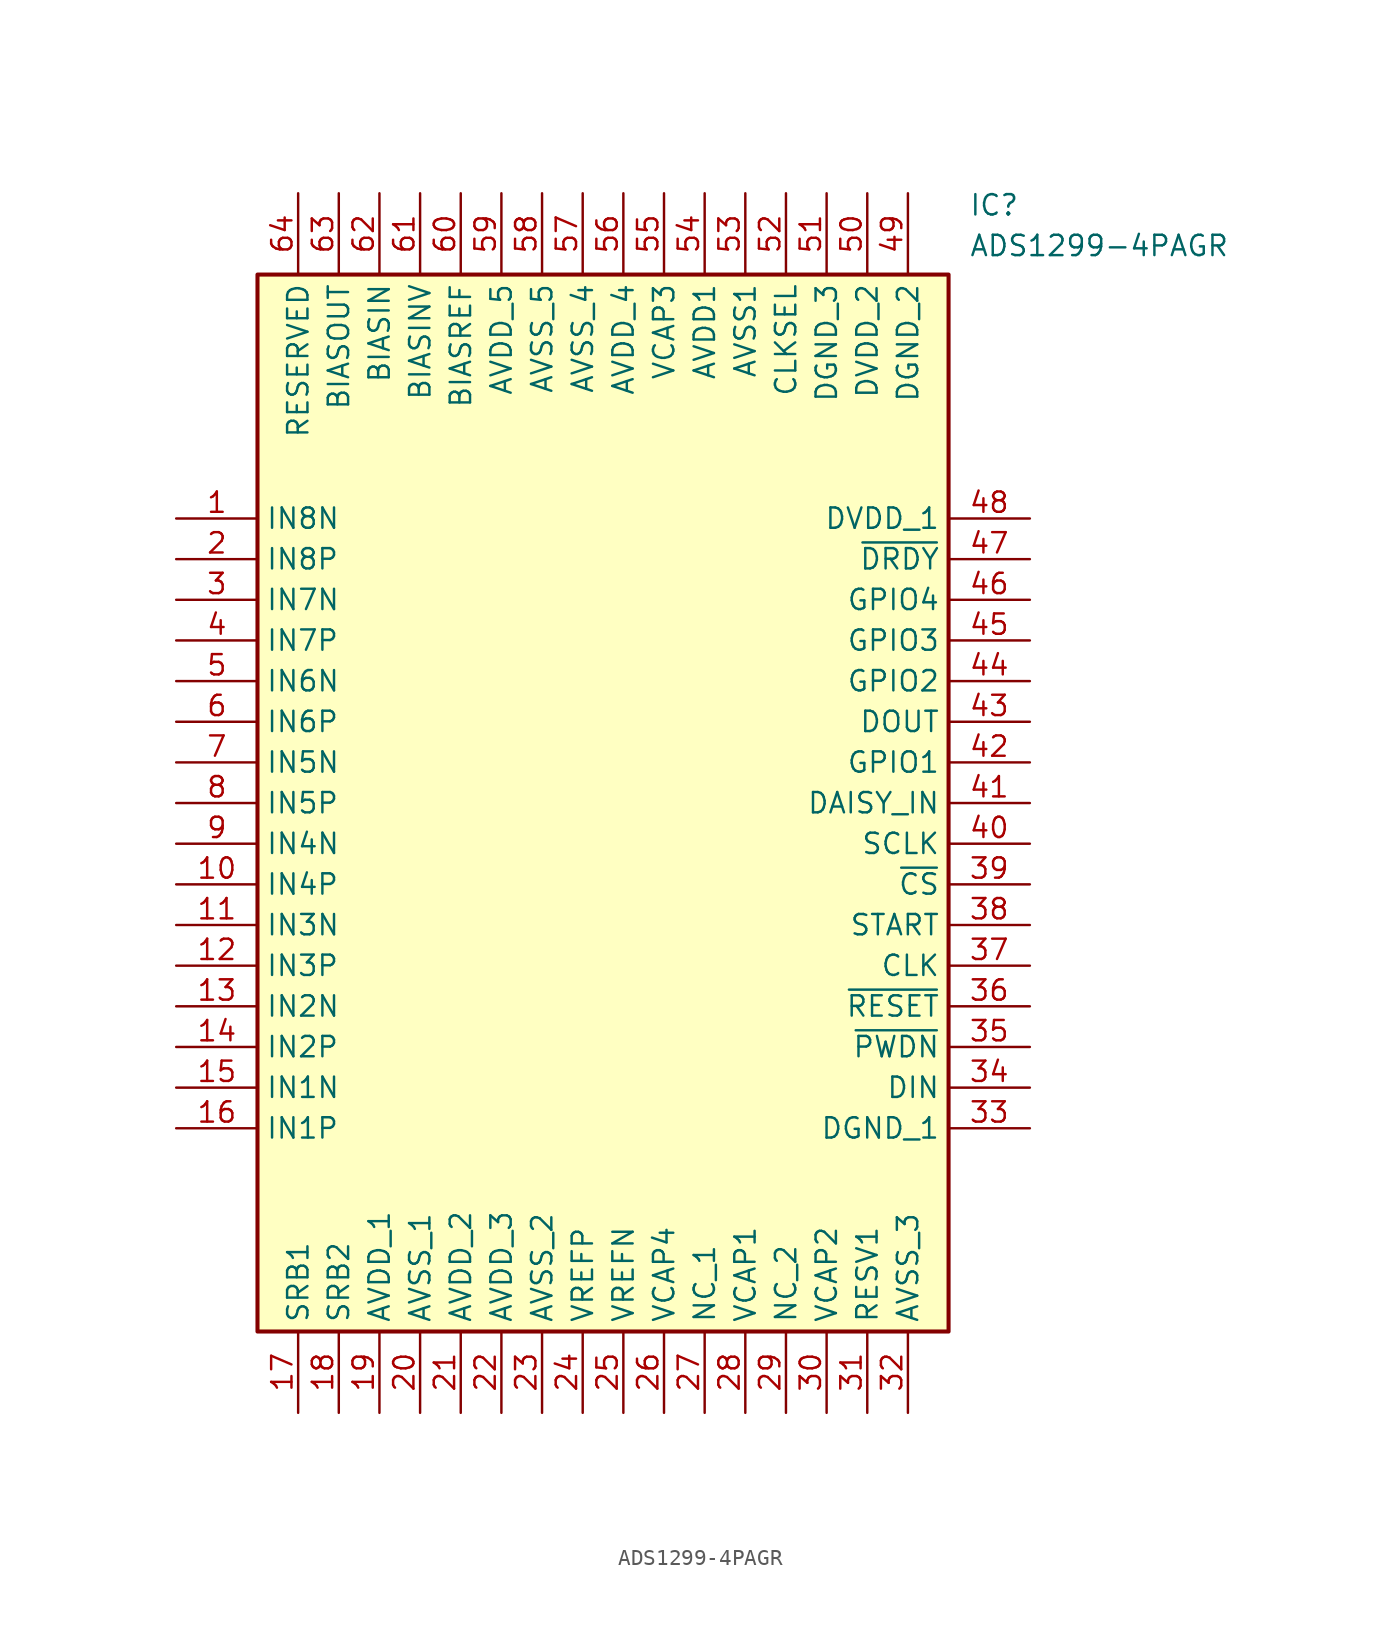
<source format=kicad_sym>
(kicad_symbol_lib
  (version 20211014)
  (generator SamacSys_ECAD_Model)
  (symbol "ADS1299-4PAGR"
    (property "Reference" "IC"
      (at 49.53 20.32 0)
      (effects (font (size 1.27 1.27)) (justify left top)))
    (property "Value" "ADS1299-4PAGR"
      (at 49.53 17.78 0)
      (effects (font (size 1.27 1.27)) (justify left top)))
    (rectangle
      (start 5.08 15.24)
      (end 48.26 -50.8)
      (stroke (width 0.254) (type default))
      (fill (type background)))
    (pin passive line
      (at 0 0 0)
      (length 5.08)
      (name "IN8N" (effects (font (size 1.27 1.27))))
      (number "1" (effects (font (size 1.27 1.27)))))
    (pin passive line
      (at 0 -2.54 0)
      (length 5.08)
      (name "IN8P" (effects (font (size 1.27 1.27))))
      (number "2" (effects (font (size 1.27 1.27)))))
    (pin passive line
      (at 0 -5.08 0)
      (length 5.08)
      (name "IN7N" (effects (font (size 1.27 1.27))))
      (number "3" (effects (font (size 1.27 1.27)))))
    (pin passive line
      (at 0 -7.62 0)
      (length 5.08)
      (name "IN7P" (effects (font (size 1.27 1.27))))
      (number "4" (effects (font (size 1.27 1.27)))))
    (pin passive line
      (at 0 -10.16 0)
      (length 5.08)
      (name "IN6N" (effects (font (size 1.27 1.27))))
      (number "5" (effects (font (size 1.27 1.27)))))
    (pin passive line
      (at 0 -12.7 0)
      (length 5.08)
      (name "IN6P" (effects (font (size 1.27 1.27))))
      (number "6" (effects (font (size 1.27 1.27)))))
    (pin passive line
      (at 0 -15.24 0)
      (length 5.08)
      (name "IN5N" (effects (font (size 1.27 1.27))))
      (number "7" (effects (font (size 1.27 1.27)))))
    (pin passive line
      (at 0 -17.78 0)
      (length 5.08)
      (name "IN5P" (effects (font (size 1.27 1.27))))
      (number "8" (effects (font (size 1.27 1.27)))))
    (pin passive line
      (at 0 -20.32 0)
      (length 5.08)
      (name "IN4N" (effects (font (size 1.27 1.27))))
      (number "9" (effects (font (size 1.27 1.27)))))
    (pin passive line
      (at 0 -22.86 0)
      (length 5.08)
      (name "IN4P" (effects (font (size 1.27 1.27))))
      (number "10" (effects (font (size 1.27 1.27)))))
    (pin passive line
      (at 0 -25.4 0)
      (length 5.08)
      (name "IN3N" (effects (font (size 1.27 1.27))))
      (number "11" (effects (font (size 1.27 1.27)))))
    (pin passive line
      (at 0 -27.94 0)
      (length 5.08)
      (name "IN3P" (effects (font (size 1.27 1.27))))
      (number "12" (effects (font (size 1.27 1.27)))))
    (pin passive line
      (at 0 -30.48 0)
      (length 5.08)
      (name "IN2N" (effects (font (size 1.27 1.27))))
      (number "13" (effects (font (size 1.27 1.27)))))
    (pin passive line
      (at 0 -33.02 0)
      (length 5.08)
      (name "IN2P" (effects (font (size 1.27 1.27))))
      (number "14" (effects (font (size 1.27 1.27)))))
    (pin passive line
      (at 0 -35.56 0)
      (length 5.08)
      (name "IN1N" (effects (font (size 1.27 1.27))))
      (number "15" (effects (font (size 1.27 1.27)))))
    (pin passive line
      (at 0 -38.1 0)
      (length 5.08)
      (name "IN1P" (effects (font (size 1.27 1.27))))
      (number "16" (effects (font (size 1.27 1.27)))))
    (pin passive line
      (at 7.62 -55.88 90)
      (length 5.08)
      (name "SRB1" (effects (font (size 1.27 1.27))))
      (number "17" (effects (font (size 1.27 1.27)))))
    (pin passive line
      (at 10.16 -55.88 90)
      (length 5.08)
      (name "SRB2" (effects (font (size 1.27 1.27))))
      (number "18" (effects (font (size 1.27 1.27)))))
    (pin passive line
      (at 12.7 -55.88 90)
      (length 5.08)
      (name "AVDD_1" (effects (font (size 1.27 1.27))))
      (number "19" (effects (font (size 1.27 1.27)))))
    (pin passive line
      (at 15.24 -55.88 90)
      (length 5.08)
      (name "AVSS_1" (effects (font (size 1.27 1.27))))
      (number "20" (effects (font (size 1.27 1.27)))))
    (pin passive line
      (at 17.78 -55.88 90)
      (length 5.08)
      (name "AVDD_2" (effects (font (size 1.27 1.27))))
      (number "21" (effects (font (size 1.27 1.27)))))
    (pin passive line
      (at 20.32 -55.88 90)
      (length 5.08)
      (name "AVDD_3" (effects (font (size 1.27 1.27))))
      (number "22" (effects (font (size 1.27 1.27)))))
    (pin passive line
      (at 22.86 -55.88 90)
      (length 5.08)
      (name "AVSS_2" (effects (font (size 1.27 1.27))))
      (number "23" (effects (font (size 1.27 1.27)))))
    (pin passive line
      (at 25.4 -55.88 90)
      (length 5.08)
      (name "VREFP" (effects (font (size 1.27 1.27))))
      (number "24" (effects (font (size 1.27 1.27)))))
    (pin passive line
      (at 27.94 -55.88 90)
      (length 5.08)
      (name "VREFN" (effects (font (size 1.27 1.27))))
      (number "25" (effects (font (size 1.27 1.27)))))
    (pin passive line
      (at 30.48 -55.88 90)
      (length 5.08)
      (name "VCAP4" (effects (font (size 1.27 1.27))))
      (number "26" (effects (font (size 1.27 1.27)))))
    (pin passive line
      (at 33.02 -55.88 90)
      (length 5.08)
      (name "NC_1" (effects (font (size 1.27 1.27))))
      (number "27" (effects (font (size 1.27 1.27)))))
    (pin passive line
      (at 35.56 -55.88 90)
      (length 5.08)
      (name "VCAP1" (effects (font (size 1.27 1.27))))
      (number "28" (effects (font (size 1.27 1.27)))))
    (pin passive line
      (at 38.1 -55.88 90)
      (length 5.08)
      (name "NC_2" (effects (font (size 1.27 1.27))))
      (number "29" (effects (font (size 1.27 1.27)))))
    (pin passive line
      (at 40.64 -55.88 90)
      (length 5.08)
      (name "VCAP2" (effects (font (size 1.27 1.27))))
      (number "30" (effects (font (size 1.27 1.27)))))
    (pin passive line
      (at 43.18 -55.88 90)
      (length 5.08)
      (name "RESV1" (effects (font (size 1.27 1.27))))
      (number "31" (effects (font (size 1.27 1.27)))))
    (pin passive line
      (at 45.72 -55.88 90)
      (length 5.08)
      (name "AVSS_3" (effects (font (size 1.27 1.27))))
      (number "32" (effects (font (size 1.27 1.27)))))
    (pin passive line
      (at 53.34 0 180)
      (length 5.08)
      (name "DVDD_1" (effects (font (size 1.27 1.27))))
      (number "48" (effects (font (size 1.27 1.27)))))
    (pin passive line
      (at 53.34 -2.54 180)
      (length 5.08)
      (name "~{DRDY}" (effects (font (size 1.27 1.27))))
      (number "47" (effects (font (size 1.27 1.27)))))
    (pin passive line
      (at 53.34 -5.08 180)
      (length 5.08)
      (name "GPIO4" (effects (font (size 1.27 1.27))))
      (number "46" (effects (font (size 1.27 1.27)))))
    (pin passive line
      (at 53.34 -7.62 180)
      (length 5.08)
      (name "GPIO3" (effects (font (size 1.27 1.27))))
      (number "45" (effects (font (size 1.27 1.27)))))
    (pin passive line
      (at 53.34 -10.16 180)
      (length 5.08)
      (name "GPIO2" (effects (font (size 1.27 1.27))))
      (number "44" (effects (font (size 1.27 1.27)))))
    (pin passive line
      (at 53.34 -12.7 180)
      (length 5.08)
      (name "DOUT" (effects (font (size 1.27 1.27))))
      (number "43" (effects (font (size 1.27 1.27)))))
    (pin passive line
      (at 53.34 -15.24 180)
      (length 5.08)
      (name "GPIO1" (effects (font (size 1.27 1.27))))
      (number "42" (effects (font (size 1.27 1.27)))))
    (pin passive line
      (at 53.34 -17.78 180)
      (length 5.08)
      (name "DAISY_IN" (effects (font (size 1.27 1.27))))
      (number "41" (effects (font (size 1.27 1.27)))))
    (pin passive line
      (at 53.34 -20.32 180)
      (length 5.08)
      (name "SCLK" (effects (font (size 1.27 1.27))))
      (number "40" (effects (font (size 1.27 1.27)))))
    (pin passive line
      (at 53.34 -22.86 180)
      (length 5.08)
      (name "~{CS}" (effects (font (size 1.27 1.27))))
      (number "39" (effects (font (size 1.27 1.27)))))
    (pin passive line
      (at 53.34 -25.4 180)
      (length 5.08)
      (name "START" (effects (font (size 1.27 1.27))))
      (number "38" (effects (font (size 1.27 1.27)))))
    (pin passive line
      (at 53.34 -27.94 180)
      (length 5.08)
      (name "CLK" (effects (font (size 1.27 1.27))))
      (number "37" (effects (font (size 1.27 1.27)))))
    (pin passive line
      (at 53.34 -30.48 180)
      (length 5.08)
      (name "~{RESET}" (effects (font (size 1.27 1.27))))
      (number "36" (effects (font (size 1.27 1.27)))))
    (pin passive line
      (at 53.34 -33.02 180)
      (length 5.08)
      (name "~{PWDN}" (effects (font (size 1.27 1.27))))
      (number "35" (effects (font (size 1.27 1.27)))))
    (pin passive line
      (at 53.34 -35.56 180)
      (length 5.08)
      (name "DIN" (effects (font (size 1.27 1.27))))
      (number "34" (effects (font (size 1.27 1.27)))))
    (pin passive line
      (at 53.34 -38.1 180)
      (length 5.08)
      (name "DGND_1" (effects (font (size 1.27 1.27))))
      (number "33" (effects (font (size 1.27 1.27)))))
    (pin passive line
      (at 7.62 20.32 270)
      (length 5.08)
      (name "RESERVED" (effects (font (size 1.27 1.27))))
      (number "64" (effects (font (size 1.27 1.27)))))
    (pin passive line
      (at 10.16 20.32 270)
      (length 5.08)
      (name "BIASOUT" (effects (font (size 1.27 1.27))))
      (number "63" (effects (font (size 1.27 1.27)))))
    (pin passive line
      (at 12.7 20.32 270)
      (length 5.08)
      (name "BIASIN" (effects (font (size 1.27 1.27))))
      (number "62" (effects (font (size 1.27 1.27)))))
    (pin passive line
      (at 15.24 20.32 270)
      (length 5.08)
      (name "BIASINV" (effects (font (size 1.27 1.27))))
      (number "61" (effects (font (size 1.27 1.27)))))
    (pin passive line
      (at 17.78 20.32 270)
      (length 5.08)
      (name "BIASREF" (effects (font (size 1.27 1.27))))
      (number "60" (effects (font (size 1.27 1.27)))))
    (pin passive line
      (at 20.32 20.32 270)
      (length 5.08)
      (name "AVDD_5" (effects (font (size 1.27 1.27))))
      (number "59" (effects (font (size 1.27 1.27)))))
    (pin passive line
      (at 22.86 20.32 270)
      (length 5.08)
      (name "AVSS_5" (effects (font (size 1.27 1.27))))
      (number "58" (effects (font (size 1.27 1.27)))))
    (pin passive line
      (at 25.4 20.32 270)
      (length 5.08)
      (name "AVSS_4" (effects (font (size 1.27 1.27))))
      (number "57" (effects (font (size 1.27 1.27)))))
    (pin passive line
      (at 27.94 20.32 270)
      (length 5.08)
      (name "AVDD_4" (effects (font (size 1.27 1.27))))
      (number "56" (effects (font (size 1.27 1.27)))))
    (pin passive line
      (at 30.48 20.32 270)
      (length 5.08)
      (name "VCAP3" (effects (font (size 1.27 1.27))))
      (number "55" (effects (font (size 1.27 1.27)))))
    (pin passive line
      (at 33.02 20.32 270)
      (length 5.08)
      (name "AVDD1" (effects (font (size 1.27 1.27))))
      (number "54" (effects (font (size 1.27 1.27)))))
    (pin passive line
      (at 35.56 20.32 270)
      (length 5.08)
      (name "AVSS1" (effects (font (size 1.27 1.27))))
      (number "53" (effects (font (size 1.27 1.27)))))
    (pin passive line
      (at 38.1 20.32 270)
      (length 5.08)
      (name "CLKSEL" (effects (font (size 1.27 1.27))))
      (number "52" (effects (font (size 1.27 1.27)))))
    (pin passive line
      (at 40.64 20.32 270)
      (length 5.08)
      (name "DGND_3" (effects (font (size 1.27 1.27))))
      (number "51" (effects (font (size 1.27 1.27)))))
    (pin passive line
      (at 43.18 20.32 270)
      (length 5.08)
      (name "DVDD_2" (effects (font (size 1.27 1.27))))
      (number "50" (effects (font (size 1.27 1.27)))))
    (pin passive line
      (at 45.72 20.32 270)
      (length 5.08)
      (name "DGND_2" (effects (font (size 1.27 1.27))))
      (number "49" (effects (font (size 1.27 1.27)))))))
</source>
